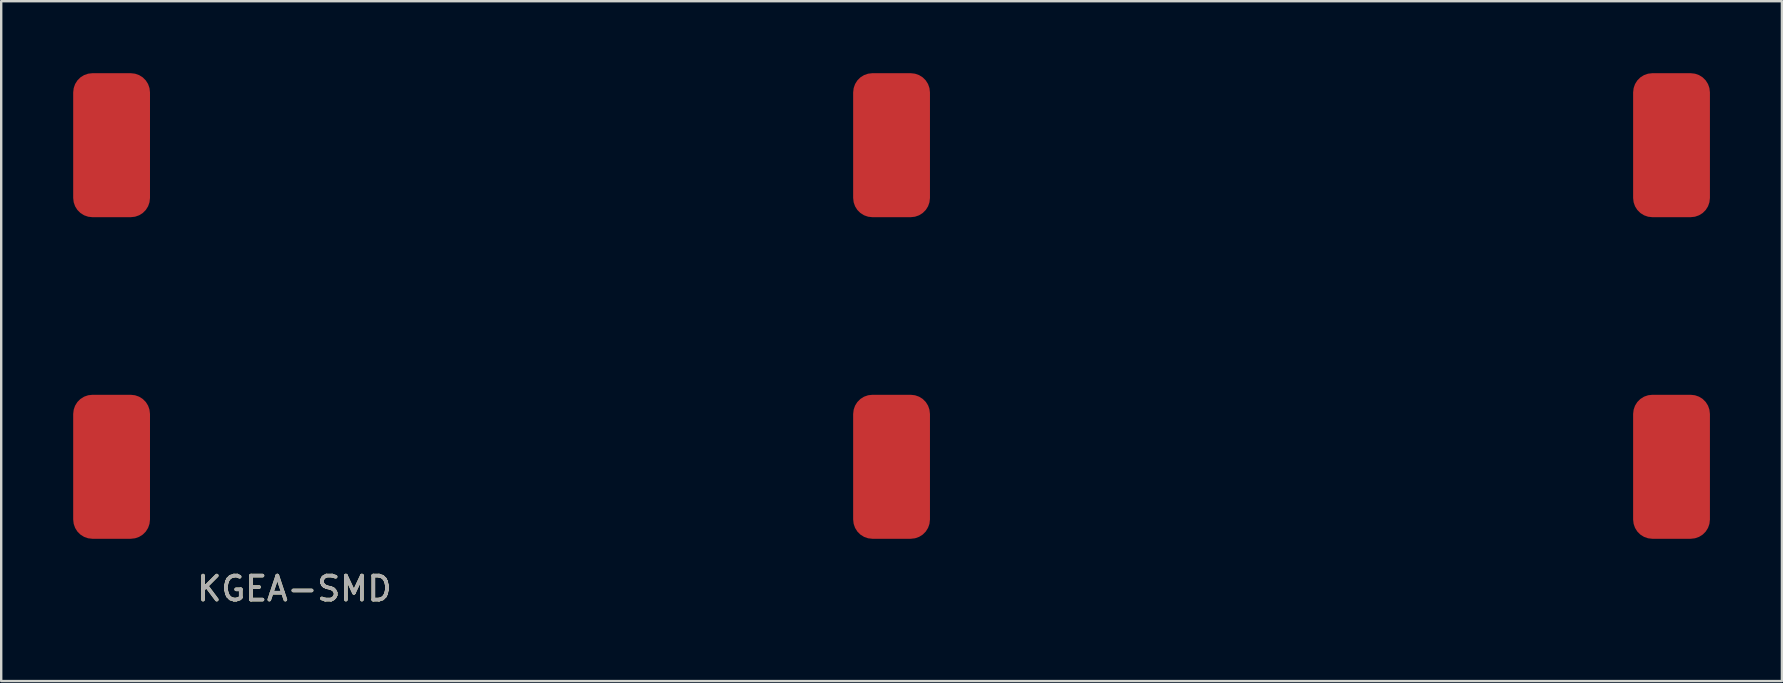
<source format=kicad_pcb>
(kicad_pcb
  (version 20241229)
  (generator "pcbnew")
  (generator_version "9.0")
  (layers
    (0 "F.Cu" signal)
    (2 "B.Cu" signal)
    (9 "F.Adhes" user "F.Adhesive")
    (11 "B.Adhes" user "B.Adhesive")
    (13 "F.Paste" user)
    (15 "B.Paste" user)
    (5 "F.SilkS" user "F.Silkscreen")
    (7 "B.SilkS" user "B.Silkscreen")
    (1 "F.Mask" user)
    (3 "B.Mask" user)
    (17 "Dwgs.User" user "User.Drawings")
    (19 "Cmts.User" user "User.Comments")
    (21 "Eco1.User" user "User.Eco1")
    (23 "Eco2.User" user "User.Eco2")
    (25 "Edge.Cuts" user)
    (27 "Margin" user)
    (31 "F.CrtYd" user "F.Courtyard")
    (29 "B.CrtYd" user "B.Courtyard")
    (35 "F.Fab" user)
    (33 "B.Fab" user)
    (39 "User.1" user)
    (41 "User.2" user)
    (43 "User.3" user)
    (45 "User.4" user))
  (footprint "KGEA-SMD"
    (layer "F.Cu")
    (at 1.6 16.4)
    (property "Reference" "KGEA-SMD" (at 7.62 5.08 0) (unlocked yes) (layer "F.SilkS") (effects (font (size 1 1) (thickness 0.15))))
    (attr smd)
    (fp_text user "${REFERENCE}" (at 7.62 5.08 0) (unlocked yes) (layer "F.Fab") (effects (font (size 1 1) (thickness 0.15))))
    (pad "1" smd roundrect (at 0 -13.4) (size 3.2 6) (layers "F.Cu" "F.Mask" "F.Paste") (roundrect_rratio 0.25))
    (pad "2" smd roundrect (at 32.5 -13.4) (size 3.2 6) (layers "F.Cu" "F.Mask" "F.Paste") (roundrect_rratio 0.25))
    (pad "3" smd roundrect (at 65 -13.4) (size 3.2 6) (layers "F.Cu" "F.Mask" "F.Paste") (roundrect_rratio 0.25))
    (pad "4" smd roundrect (at 65 0) (size 3.2 6) (layers "F.Cu" "F.Mask" "F.Paste") (roundrect_rratio 0.25))
    (pad "5" smd roundrect (at 32.5 0) (size 3.2 6) (layers "F.Cu" "F.Mask" "F.Paste") (roundrect_rratio 0.25))
    (pad "6" smd roundrect (at 0 0) (size 3.2 6) (layers "F.Cu" "F.Mask" "F.Paste") (roundrect_rratio 0.25)))
  (gr_rect
    (start -3 -3)
    (end 71.2 25.328)
    (stroke (width 0.1) (type default))
    (fill no)
    (layer "Edge.Cuts")))
</source>
